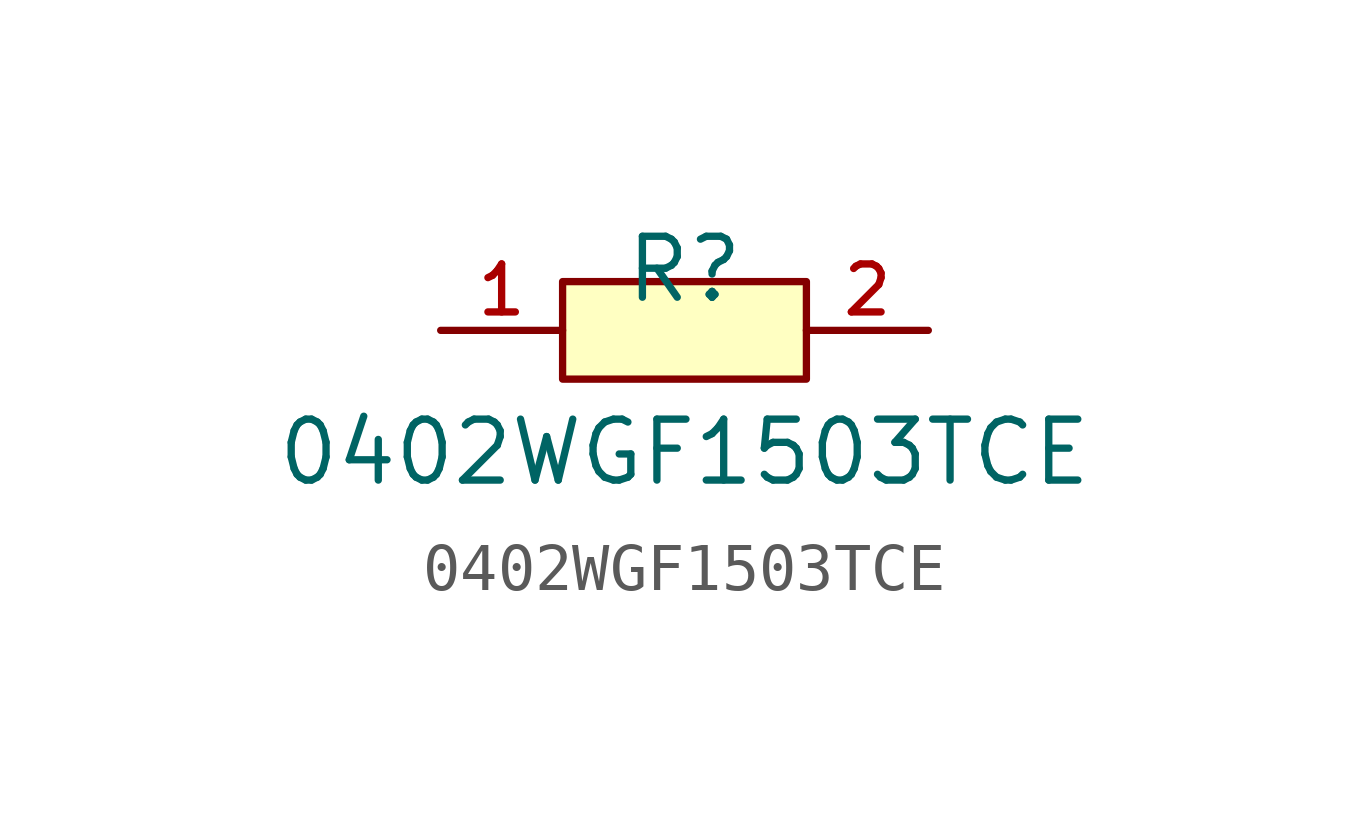
<source format=kicad_sym>
(kicad_symbol_lib
  (version 20220914)
  (generator kicad_symbol_editor)
  (symbol "0402WGF1503TCE"
    (pin_names hide)
    (property "Reference" "R"
      (at 0 1.27 0)
      (effects (font (size 1.27 1.27))))
    (property "Value" "0402WGF1503TCE"
      (at 0 -2.54 0)
      (effects (font (size 1.27 1.27))))
    (symbol "0402WGF1503TCE_0_1"
      (rectangle (start -2.54 1.016) (end 2.54 -1.016) (stroke (width 0) (type default)) (fill (type background))))
    (symbol "0402WGF1503TCE_1_1"
      (pin passive line (at -5.08 0 0) (length 2.54) (name "1" (effects (font (size 1 1)))) (number "1" (effects (font (size 1 1)))))
      (pin passive line (at 5.08 0 180) (length 2.54) (name "2" (effects (font (size 1 1)))) (number "2" (effects (font (size 1 1))))))))
</source>
